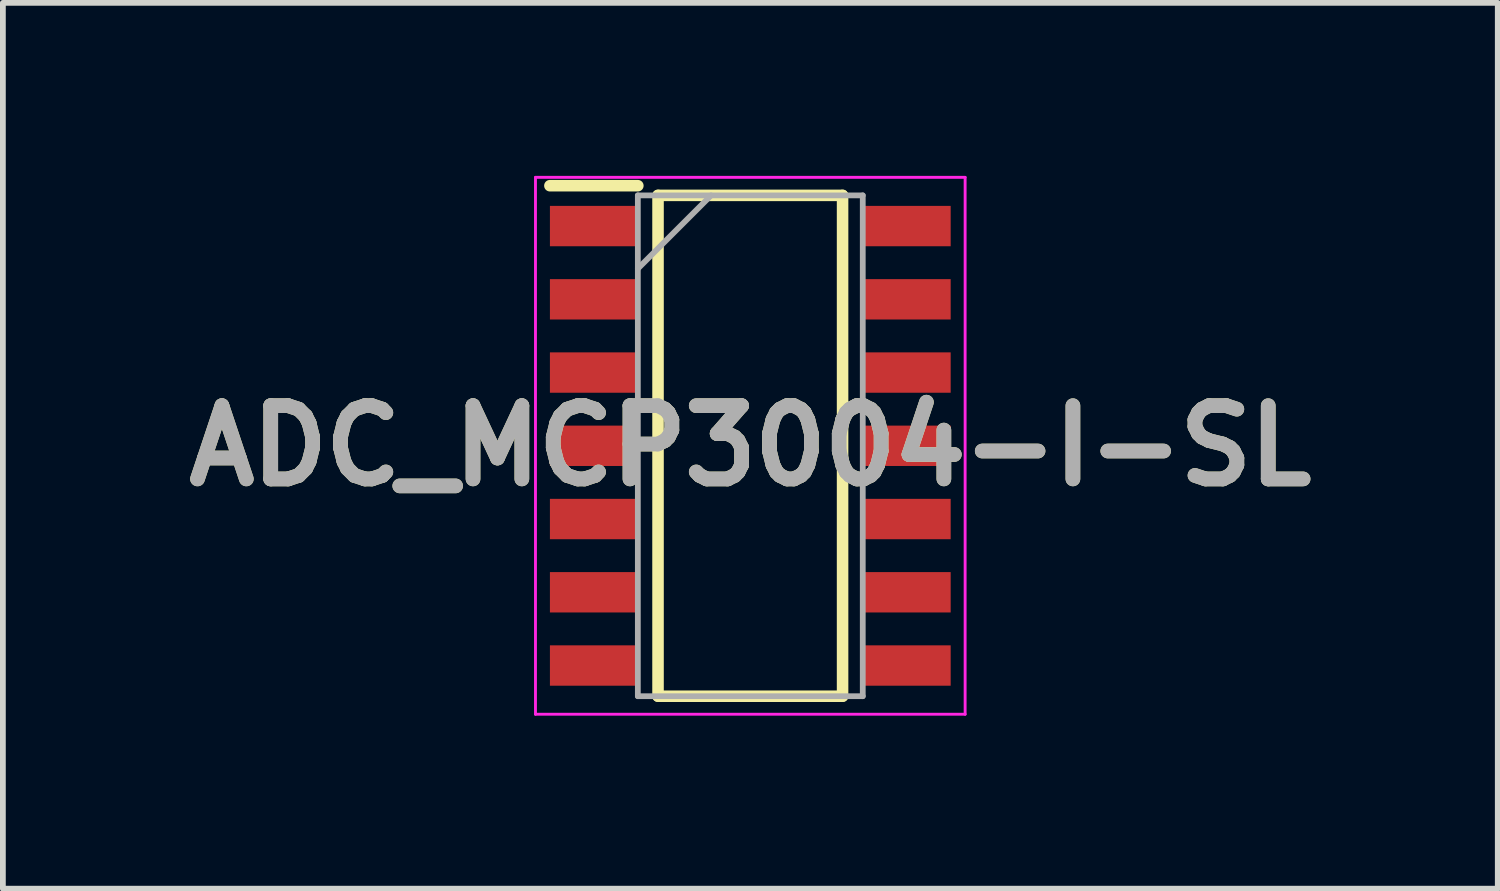
<source format=kicad_pcb>
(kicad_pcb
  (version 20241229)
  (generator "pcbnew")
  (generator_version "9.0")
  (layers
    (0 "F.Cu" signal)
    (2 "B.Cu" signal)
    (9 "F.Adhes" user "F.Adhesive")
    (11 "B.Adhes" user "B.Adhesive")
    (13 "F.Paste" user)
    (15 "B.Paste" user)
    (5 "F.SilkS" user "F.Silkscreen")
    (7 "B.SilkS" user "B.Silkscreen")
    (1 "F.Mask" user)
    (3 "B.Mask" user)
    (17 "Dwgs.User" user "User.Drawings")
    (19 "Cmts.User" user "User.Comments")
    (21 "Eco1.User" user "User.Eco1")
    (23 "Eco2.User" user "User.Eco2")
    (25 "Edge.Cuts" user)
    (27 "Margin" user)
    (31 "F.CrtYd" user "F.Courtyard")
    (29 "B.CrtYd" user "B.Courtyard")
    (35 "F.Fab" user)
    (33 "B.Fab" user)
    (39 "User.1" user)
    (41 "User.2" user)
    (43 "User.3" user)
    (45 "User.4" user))
  (footprint "ADC_MCP3004-I-SL"
    (layer "F.Cu")
    (at 9.96 4.68)
    (property "Reference" "ADC_MCP3004-I-SL" (at 0 0 0) (layer "F.SilkS") (effects (font (size 1.27 1.27) (thickness 0.254))))
    (attr smd)
    (fp_line (start -3.475 -4.51) (end -1.95 -4.51) (stroke (width 0.2) (type solid)) (layer "F.SilkS"))
    (fp_line (start -1.6 -4.342) (end 1.6 -4.342) (stroke (width 0.2) (type solid)) (layer "F.SilkS"))
    (fp_line (start -1.6 4.342) (end -1.6 -4.342) (stroke (width 0.2) (type solid)) (layer "F.SilkS"))
    (fp_line (start 1.6 -4.342) (end 1.6 4.342) (stroke (width 0.2) (type solid)) (layer "F.SilkS"))
    (fp_line (start 1.6 4.342) (end -1.6 4.342) (stroke (width 0.2) (type solid)) (layer "F.SilkS"))
    (fp_line (start -3.725 -4.655) (end 3.725 -4.655) (stroke (width 0.05) (type solid)) (layer "F.CrtYd"))
    (fp_line (start -3.725 4.655) (end -3.725 -4.655) (stroke (width 0.05) (type solid)) (layer "F.CrtYd"))
    (fp_line (start 3.725 -4.655) (end 3.725 4.655) (stroke (width 0.05) (type solid)) (layer "F.CrtYd"))
    (fp_line (start 3.725 4.655) (end -3.725 4.655) (stroke (width 0.05) (type solid)) (layer "F.CrtYd"))
    (fp_line (start -1.95 -4.342) (end 1.95 -4.342) (stroke (width 0.1) (type solid)) (layer "F.Fab"))
    (fp_line (start -1.95 -3.072) (end -0.68 -4.342) (stroke (width 0.1) (type solid)) (layer "F.Fab"))
    (fp_line (start -1.95 4.342) (end -1.95 -4.342) (stroke (width 0.1) (type solid)) (layer "F.Fab"))
    (fp_line (start 1.95 -4.342) (end 1.95 4.342) (stroke (width 0.1) (type solid)) (layer "F.Fab"))
    (fp_line (start 1.95 4.342) (end -1.95 4.342) (stroke (width 0.1) (type solid)) (layer "F.Fab"))
    (fp_text user "${REFERENCE}" (at 0 0 0) (layer "F.Fab") (effects (font (size 1.27 1.27) (thickness 0.254))))
    (pad "1" smd rect (at -2.712 -3.81 90) (size 0.7 1.525) (layers "F.Cu" "F.Mask" "F.Paste"))
    (pad "2" smd rect (at -2.712 -2.54 90) (size 0.7 1.525) (layers "F.Cu" "F.Mask" "F.Paste"))
    (pad "3" smd rect (at -2.712 -1.27 90) (size 0.7 1.525) (layers "F.Cu" "F.Mask" "F.Paste"))
    (pad "4" smd rect (at -2.712 0 90) (size 0.7 1.525) (layers "F.Cu" "F.Mask" "F.Paste"))
    (pad "5" smd rect (at -2.712 1.27 90) (size 0.7 1.525) (layers "F.Cu" "F.Mask" "F.Paste"))
    (pad "6" smd rect (at -2.712 2.54 90) (size 0.7 1.525) (layers "F.Cu" "F.Mask" "F.Paste"))
    (pad "7" smd rect (at -2.712 3.81 90) (size 0.7 1.525) (layers "F.Cu" "F.Mask" "F.Paste"))
    (pad "8" smd rect (at 2.712 3.81 90) (size 0.7 1.525) (layers "F.Cu" "F.Mask" "F.Paste"))
    (pad "9" smd rect (at 2.712 2.54 90) (size 0.7 1.525) (layers "F.Cu" "F.Mask" "F.Paste"))
    (pad "10" smd rect (at 2.712 1.27 90) (size 0.7 1.525) (layers "F.Cu" "F.Mask" "F.Paste"))
    (pad "11" smd rect (at 2.712 0 90) (size 0.7 1.525) (layers "F.Cu" "F.Mask" "F.Paste"))
    (pad "12" smd rect (at 2.712 -1.27 90) (size 0.7 1.525) (layers "F.Cu" "F.Mask" "F.Paste"))
    (pad "13" smd rect (at 2.712 -2.54 90) (size 0.7 1.525) (layers "F.Cu" "F.Mask" "F.Paste"))
    (pad "14" smd rect (at 2.712 -3.81 90) (size 0.7 1.525) (layers "F.Cu" "F.Mask" "F.Paste")))
  (gr_rect
    (start -3 -3)
    (end 22.921 12.36)
    (stroke (width 0.1) (type default))
    (fill no)
    (layer "Edge.Cuts")))
</source>
